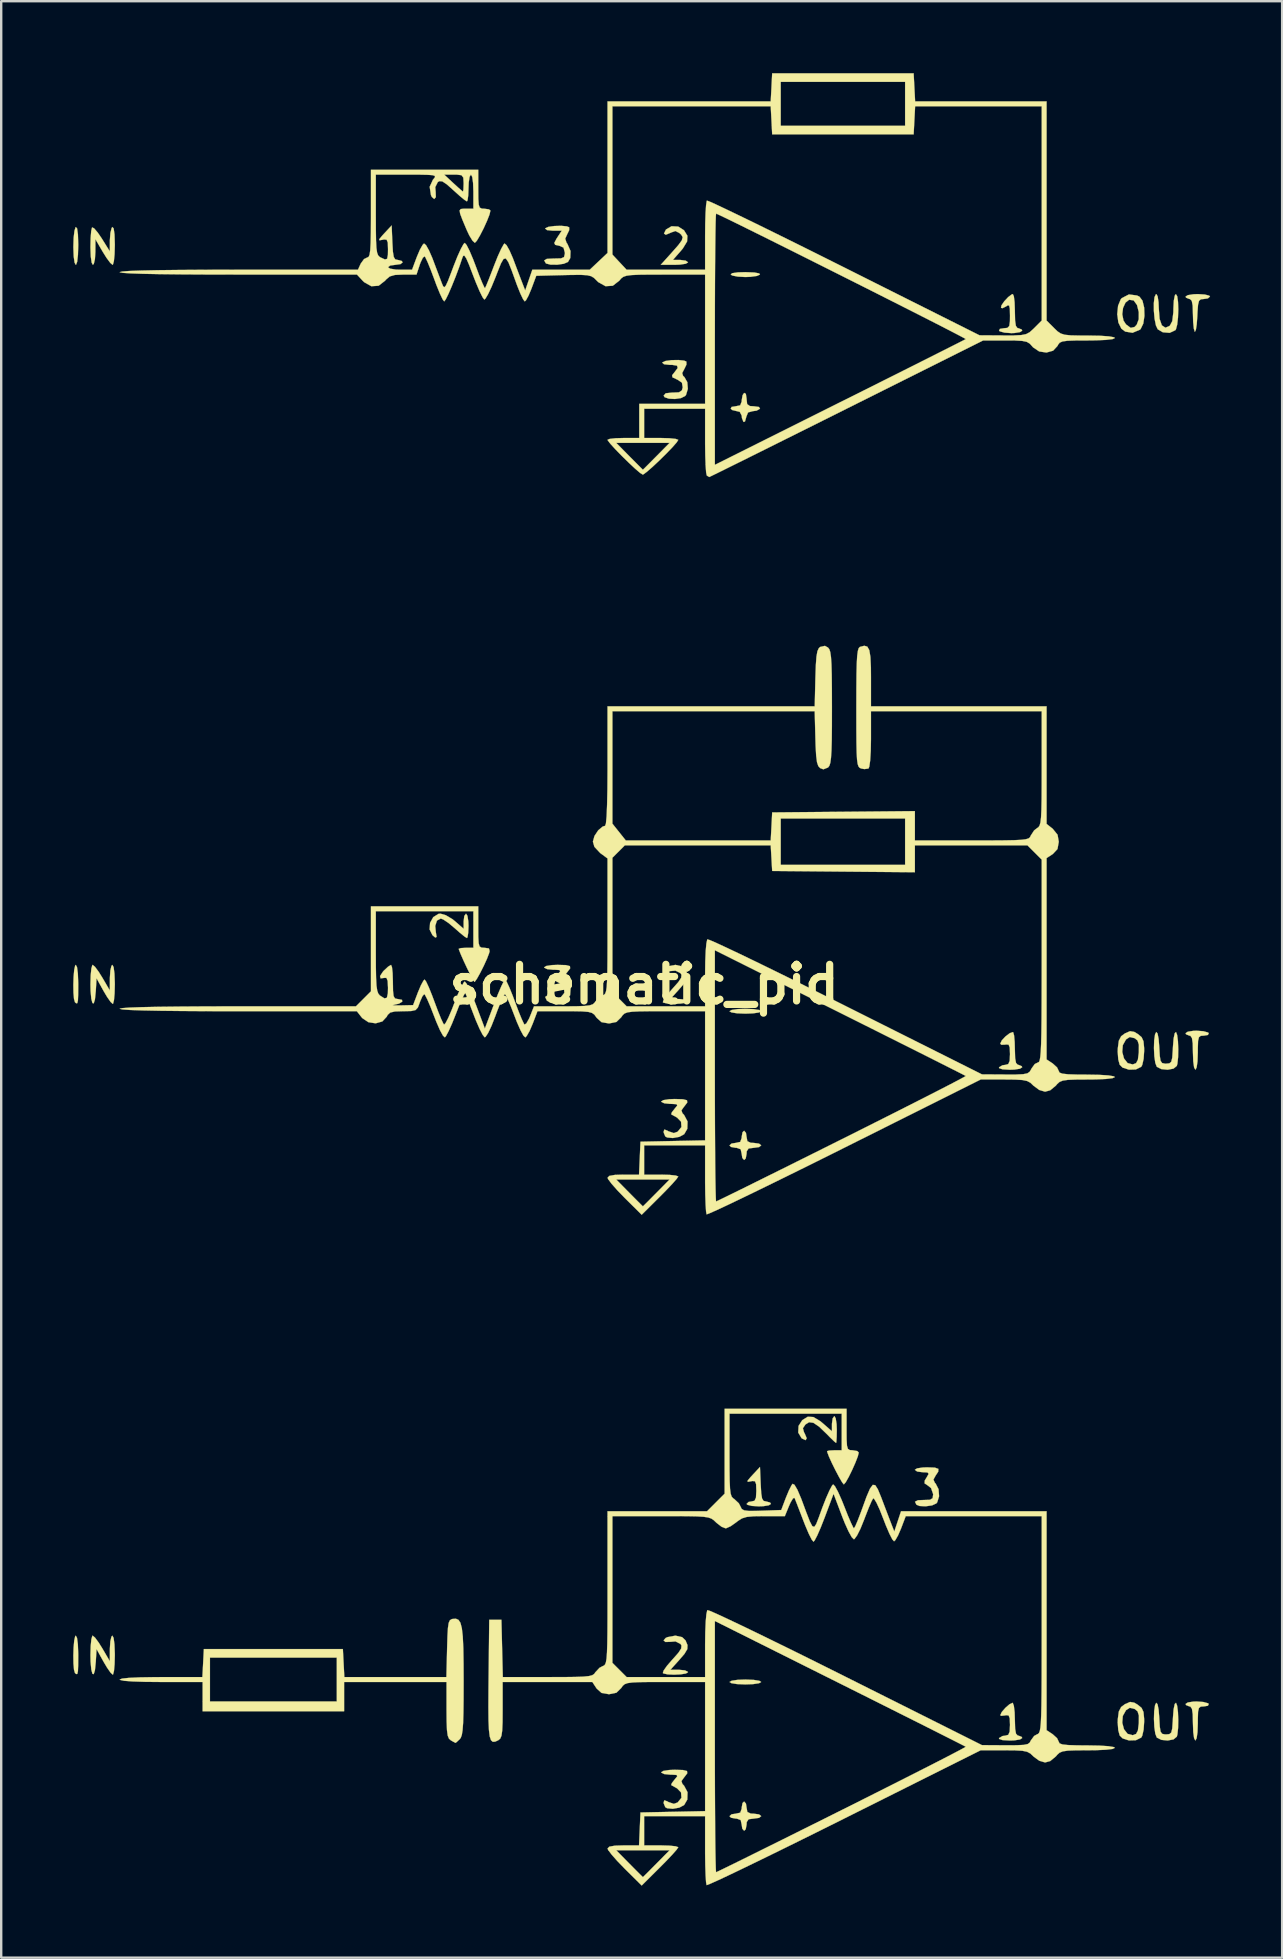
<source format=kicad_pcb>
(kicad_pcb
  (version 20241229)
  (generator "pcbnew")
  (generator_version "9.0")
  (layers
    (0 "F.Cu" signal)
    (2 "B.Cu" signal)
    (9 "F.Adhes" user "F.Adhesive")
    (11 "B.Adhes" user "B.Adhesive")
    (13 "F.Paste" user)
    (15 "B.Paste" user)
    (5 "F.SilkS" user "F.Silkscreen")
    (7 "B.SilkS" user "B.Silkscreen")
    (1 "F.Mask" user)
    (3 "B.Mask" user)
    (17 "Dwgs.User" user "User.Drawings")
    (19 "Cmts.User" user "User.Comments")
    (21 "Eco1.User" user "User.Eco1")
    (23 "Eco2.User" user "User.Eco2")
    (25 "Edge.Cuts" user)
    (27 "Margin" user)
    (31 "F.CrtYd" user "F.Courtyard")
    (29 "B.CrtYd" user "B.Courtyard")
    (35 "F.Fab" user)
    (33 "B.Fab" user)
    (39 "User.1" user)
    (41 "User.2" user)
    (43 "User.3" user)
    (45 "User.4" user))
  (footprint "schematic_pid"
    (layer "F.Cu")
    (at 23.78 37.953)
    (property "Reference" "schematic_pid" (at 0 0 0) (layer "F.SilkS") (effects (font (size 1.524 1.524) (thickness 0.3))))
    (attr through_hole)
    (fp_poly (pts (xy 4.561 1.03) (xy 4.798 1.068) (xy 4.877 1.118) (xy 4.783 1.171) (xy 4.536 1.207) (xy 4.216 1.219) (xy 3.871 1.205) (xy 3.635 1.167) (xy 3.556 1.118) (xy 3.649 1.065) (xy 3.896 1.028) (xy 4.216 1.016) (xy 4.561 1.03)) (stroke (width 0.01) (type solid)) (fill yes) (layer "F.SilkS"))
    (fp_poly (pts (xy 4.561 28.97) (xy 4.798 29.008) (xy 4.877 29.058) (xy 4.783 29.111) (xy 4.536 29.147) (xy 4.216 29.159) (xy 3.871 29.145) (xy 3.635 29.107) (xy 3.556 29.058) (xy 3.649 29.005) (xy 3.896 28.968) (xy 4.216 28.956) (xy 4.561 28.97)) (stroke (width 0.01) (type solid)) (fill yes) (layer "F.SilkS"))
    (fp_poly (pts (xy 4.59 -29.653) (xy 4.795 -29.614) (xy 4.826 -29.566) (xy 4.697 -29.509) (xy 4.433 -29.472) (xy 4.216 -29.464) (xy 3.9 -29.481) (xy 3.674 -29.526) (xy 3.607 -29.566) (xy 3.663 -29.623) (xy 3.902 -29.658) (xy 4.216 -29.667) (xy 4.59 -29.653)) (stroke (width 0.01) (type solid)) (fill yes) (layer "F.SilkS"))
    (fp_poly (pts (xy -23.622 -0.718) (xy -23.587 -0.458) (xy -23.572 -0.073) (xy -23.571 0) (xy -23.574 0.42) (xy -23.584 0.67) (xy -23.61 0.782) (xy -23.656 0.788) (xy -23.707 0.745) (xy -23.747 0.611) (xy -23.77 0.349) (xy -23.775 0.019) (xy -23.764 -0.32) (xy -23.738 -0.608) (xy -23.699 -0.784) (xy -23.673 -0.813) (xy -23.622 -0.718)) (stroke (width 0.01) (type solid)) (fill yes) (layer "F.SilkS"))
    (fp_poly (pts (xy -23.622 27.222) (xy -23.587 27.482) (xy -23.572 27.867) (xy -23.571 27.94) (xy -23.574 28.36) (xy -23.584 28.61) (xy -23.61 28.722) (xy -23.656 28.728) (xy -23.707 28.685) (xy -23.747 28.551) (xy -23.77 28.289) (xy -23.775 27.959) (xy -23.764 27.62) (xy -23.738 27.332) (xy -23.699 27.156) (xy -23.673 27.127) (xy -23.622 27.222)) (stroke (width 0.01) (type solid)) (fill yes) (layer "F.SilkS"))
    (fp_poly (pts (xy -23.619 -31.487) (xy -23.584 -31.24) (xy -23.571 -30.821) (xy -23.571 -30.791) (xy -23.583 -30.386) (xy -23.615 -30.101) (xy -23.663 -29.975) (xy -23.673 -29.972) (xy -23.724 -30.066) (xy -23.76 -30.322) (xy -23.774 -30.697) (xy -23.774 -30.728) (xy -23.762 -31.102) (xy -23.728 -31.391) (xy -23.68 -31.54) (xy -23.673 -31.547) (xy -23.619 -31.487)) (stroke (width 0.01) (type solid)) (fill yes) (layer "F.SilkS"))
    (fp_poly (pts (xy 23.353 -28.735) (xy 23.537 -28.688) (xy 23.571 -28.651) (xy 23.484 -28.574) (xy 23.322 -28.55) (xy 23.191 -28.537) (xy 23.114 -28.472) (xy 23.073 -28.309) (xy 23.05 -28.004) (xy 23.042 -27.829) (xy 23.018 -27.49) (xy 22.982 -27.259) (xy 22.941 -27.182) (xy 22.936 -27.186) (xy 22.896 -27.321) (xy 22.869 -27.596) (xy 22.86 -27.906) (xy 22.849 -28.271) (xy 22.811 -28.472) (xy 22.737 -28.546) (xy 22.708 -28.55) (xy 22.572 -28.604) (xy 22.555 -28.651) (xy 22.647 -28.709) (xy 22.88 -28.746) (xy 23.063 -28.753) (xy 23.353 -28.735)) (stroke (width 0.01) (type solid)) (fill yes) (layer "F.SilkS"))
    (fp_poly (pts (xy 23.294 1.951) (xy 23.486 2.004) (xy 23.52 2.032) (xy 23.484 2.107) (xy 23.323 2.134) (xy 23.187 2.143) (xy 23.11 2.202) (xy 23.074 2.354) (xy 23.064 2.644) (xy 23.063 2.845) (xy 23.05 3.21) (xy 23.014 3.462) (xy 22.962 3.556) (xy 22.962 3.556) (xy 22.909 3.462) (xy 22.873 3.21) (xy 22.86 2.845) (xy 22.86 2.845) (xy 22.851 2.458) (xy 22.819 2.237) (xy 22.755 2.144) (xy 22.708 2.134) (xy 22.572 2.079) (xy 22.555 2.032) (xy 22.646 1.971) (xy 22.875 1.935) (xy 23.006 1.93) (xy 23.294 1.951)) (stroke (width 0.01) (type solid)) (fill yes) (layer "F.SilkS"))
    (fp_poly (pts (xy 23.294 29.891) (xy 23.486 29.944) (xy 23.52 29.972) (xy 23.484 30.047) (xy 23.323 30.074) (xy 23.187 30.083) (xy 23.11 30.142) (xy 23.074 30.294) (xy 23.064 30.584) (xy 23.063 30.785) (xy 23.05 31.15) (xy 23.014 31.402) (xy 22.962 31.496) (xy 22.962 31.496) (xy 22.909 31.402) (xy 22.873 31.15) (xy 22.86 30.785) (xy 22.86 30.785) (xy 22.851 30.398) (xy 22.819 30.177) (xy 22.755 30.084) (xy 22.708 30.074) (xy 22.572 30.019) (xy 22.555 29.972) (xy 22.646 29.911) (xy 22.875 29.875) (xy 23.006 29.87) (xy 23.294 29.891)) (stroke (width 0.01) (type solid)) (fill yes) (layer "F.SilkS"))
    (fp_poly (pts (xy 1.421 -31.565) (xy 1.661 -31.412) (xy 1.803 -31.182) (xy 1.79 -30.944) (xy 1.615 -30.656) (xy 1.513 -30.534) (xy 1.198 -30.175) (xy 1.513 -30.175) (xy 1.732 -30.147) (xy 1.829 -30.078) (xy 1.829 -30.074) (xy 1.737 -30.018) (xy 1.499 -29.981) (xy 1.261 -29.972) (xy 0.692 -29.972) (xy 1.159 -30.491) (xy 1.426 -30.795) (xy 1.57 -30.992) (xy 1.605 -31.122) (xy 1.547 -31.226) (xy 1.465 -31.3) (xy 1.299 -31.381) (xy 1.11 -31.312) (xy 1.099 -31.305) (xy 0.903 -31.224) (xy 0.827 -31.275) (xy 0.904 -31.432) (xy 0.912 -31.443) (xy 1.142 -31.579) (xy 1.421 -31.565)) (stroke (width 0.01) (type solid)) (fill yes) (layer "F.SilkS"))
    (fp_poly (pts (xy 4.238 -24.598) (xy 4.267 -24.401) (xy 4.267 -24.39) (xy 4.291 -24.171) (xy 4.405 -24.09) (xy 4.578 -24.079) (xy 4.781 -24.052) (xy 4.828 -23.981) (xy 4.826 -23.978) (xy 4.686 -23.898) (xy 4.522 -23.876) (xy 4.329 -23.823) (xy 4.251 -23.63) (xy 4.249 -23.612) (xy 4.201 -23.445) (xy 4.14 -23.426) (xy 4.075 -23.585) (xy 4.064 -23.69) (xy 3.984 -23.847) (xy 3.867 -23.876) (xy 3.672 -23.923) (xy 3.607 -23.978) (xy 3.643 -24.053) (xy 3.804 -24.079) (xy 4.001 -24.119) (xy 4.063 -24.277) (xy 4.064 -24.327) (xy 4.101 -24.542) (xy 4.166 -24.638) (xy 4.238 -24.598)) (stroke (width 0.01) (type solid)) (fill yes) (layer "F.SilkS"))
    (fp_poly (pts (xy 4.856 20.821) (xy 4.878 21.198) (xy 4.913 21.415) (xy 4.976 21.515) (xy 5.08 21.539) (xy 5.084 21.539) (xy 5.247 21.583) (xy 5.283 21.641) (xy 5.192 21.699) (xy 4.958 21.736) (xy 4.775 21.742) (xy 4.485 21.724) (xy 4.301 21.677) (xy 4.267 21.641) (xy 4.352 21.558) (xy 4.47 21.539) (xy 4.598 21.509) (xy 4.658 21.382) (xy 4.674 21.108) (xy 4.674 21.092) (xy 4.664 20.817) (xy 4.618 20.697) (xy 4.507 20.686) (xy 4.445 20.7) (xy 4.316 20.721) (xy 4.309 20.674) (xy 4.43 20.527) (xy 4.521 20.429) (xy 4.826 20.102) (xy 4.856 20.821)) (stroke (width 0.01) (type solid)) (fill yes) (layer "F.SilkS"))
    (fp_poly (pts (xy 4.242 6.183) (xy 4.267 6.35) (xy 4.3 6.532) (xy 4.439 6.598) (xy 4.572 6.604) (xy 4.786 6.633) (xy 4.877 6.704) (xy 4.877 6.706) (xy 4.789 6.777) (xy 4.576 6.807) (xy 4.572 6.807) (xy 4.354 6.835) (xy 4.274 6.951) (xy 4.267 7.061) (xy 4.232 7.252) (xy 4.166 7.315) (xy 4.089 7.228) (xy 4.064 7.061) (xy 4.022 6.868) (xy 3.857 6.808) (xy 3.81 6.807) (xy 3.619 6.772) (xy 3.556 6.706) (xy 3.643 6.629) (xy 3.81 6.604) (xy 4.003 6.562) (xy 4.063 6.397) (xy 4.064 6.35) (xy 4.099 6.159) (xy 4.166 6.096) (xy 4.242 6.183)) (stroke (width 0.01) (type solid)) (fill yes) (layer "F.SilkS"))
    (fp_poly (pts (xy 4.242 34.123) (xy 4.267 34.29) (xy 4.3 34.472) (xy 4.439 34.538) (xy 4.572 34.544) (xy 4.786 34.573) (xy 4.877 34.644) (xy 4.877 34.646) (xy 4.789 34.717) (xy 4.576 34.747) (xy 4.572 34.747) (xy 4.354 34.775) (xy 4.274 34.891) (xy 4.267 35.001) (xy 4.232 35.192) (xy 4.166 35.255) (xy 4.089 35.168) (xy 4.064 35.001) (xy 4.022 34.808) (xy 3.857 34.748) (xy 3.81 34.747) (xy 3.619 34.712) (xy 3.556 34.646) (xy 3.643 34.569) (xy 3.81 34.544) (xy 4.003 34.502) (xy 4.063 34.337) (xy 4.064 34.29) (xy 4.099 34.099) (xy 4.166 34.036) (xy 4.242 34.123)) (stroke (width 0.01) (type solid)) (fill yes) (layer "F.SilkS"))
    (fp_poly (pts (xy 22.206 -28.662) (xy 22.239 -28.429) (xy 22.25 -28.115) (xy 22.238 -27.78) (xy 22.205 -27.483) (xy 22.152 -27.284) (xy 22.128 -27.249) (xy 21.892 -27.139) (xy 21.606 -27.162) (xy 21.394 -27.287) (xy 21.317 -27.451) (xy 21.262 -27.726) (xy 21.233 -28.054) (xy 21.231 -28.374) (xy 21.259 -28.625) (xy 21.319 -28.749) (xy 21.336 -28.753) (xy 21.39 -28.66) (xy 21.427 -28.42) (xy 21.438 -28.156) (xy 21.471 -27.721) (xy 21.566 -27.45) (xy 21.715 -27.353) (xy 21.895 -27.432) (xy 21.999 -27.626) (xy 22.044 -27.996) (xy 22.047 -28.156) (xy 22.063 -28.475) (xy 22.104 -28.691) (xy 22.149 -28.753) (xy 22.206 -28.662)) (stroke (width 0.01) (type solid)) (fill yes) (layer "F.SilkS"))
    (fp_poly (pts (xy -22.098 -0.718) (xy -22.063 -0.458) (xy -22.048 -0.073) (xy -22.047 0) (xy -22.057 0.377) (xy -22.083 0.662) (xy -22.121 0.805) (xy -22.133 0.813) (xy -22.223 0.731) (xy -22.372 0.518) (xy -22.514 0.279) (xy -22.809 -0.254) (xy -22.84 0.279) (xy -22.876 0.63) (xy -22.926 0.791) (xy -22.98 0.777) (xy -23.027 0.599) (xy -23.057 0.27) (xy -23.063 0) (xy -23.052 -0.377) (xy -23.024 -0.662) (xy -22.983 -0.805) (xy -22.97 -0.813) (xy -22.873 -0.732) (xy -22.717 -0.521) (xy -22.566 -0.279) (xy -22.255 0.254) (xy -22.253 -0.279) (xy -22.234 -0.577) (xy -22.188 -0.771) (xy -22.149 -0.813) (xy -22.098 -0.718)) (stroke (width 0.01) (type solid)) (fill yes) (layer "F.SilkS"))
    (fp_poly (pts (xy -22.098 27.222) (xy -22.063 27.482) (xy -22.048 27.867) (xy -22.047 27.94) (xy -22.057 28.317) (xy -22.083 28.602) (xy -22.121 28.745) (xy -22.133 28.753) (xy -22.223 28.671) (xy -22.372 28.458) (xy -22.514 28.219) (xy -22.809 27.686) (xy -22.84 28.219) (xy -22.876 28.57) (xy -22.926 28.731) (xy -22.98 28.717) (xy -23.027 28.539) (xy -23.057 28.21) (xy -23.063 27.94) (xy -23.052 27.563) (xy -23.024 27.278) (xy -22.983 27.135) (xy -22.97 27.127) (xy -22.873 27.208) (xy -22.717 27.419) (xy -22.566 27.661) (xy -22.255 28.194) (xy -22.253 27.661) (xy -22.234 27.363) (xy -22.188 27.169) (xy -22.149 27.127) (xy -22.098 27.222)) (stroke (width 0.01) (type solid)) (fill yes) (layer "F.SilkS"))
    (fp_poly (pts (xy -7.359 -2.855) (xy -7.322 -2.621) (xy -7.315 -2.438) (xy -7.327 -2.149) (xy -7.357 -1.965) (xy -7.38 -1.93) (xy -7.484 -1.994) (xy -7.686 -2.159) (xy -7.886 -2.337) (xy -8.147 -2.556) (xy -8.367 -2.704) (xy -8.47 -2.743) (xy -8.63 -2.657) (xy -8.701 -2.434) (xy -8.676 -2.176) (xy -8.643 -1.975) (xy -8.7 -1.95) (xy -8.819 -2.052) (xy -8.936 -2.289) (xy -8.916 -2.562) (xy -8.784 -2.801) (xy -8.567 -2.937) (xy -8.484 -2.946) (xy -8.259 -2.881) (xy -7.984 -2.717) (xy -7.878 -2.631) (xy -7.518 -2.316) (xy -7.518 -2.631) (xy -7.49 -2.85) (xy -7.421 -2.946) (xy -7.417 -2.946) (xy -7.359 -2.855)) (stroke (width 0.01) (type solid)) (fill yes) (layer "F.SilkS"))
    (fp_poly (pts (xy -22.095 -31.487) (xy -22.06 -31.24) (xy -22.047 -30.821) (xy -22.047 -30.791) (xy -22.058 -30.412) (xy -22.086 -30.126) (xy -22.127 -29.981) (xy -22.14 -29.972) (xy -22.237 -30.053) (xy -22.394 -30.264) (xy -22.545 -30.505) (xy -22.856 -31.039) (xy -22.858 -30.505) (xy -22.876 -30.207) (xy -22.922 -30.014) (xy -22.962 -29.972) (xy -23.013 -30.066) (xy -23.049 -30.321) (xy -23.063 -30.693) (xy -23.063 -30.717) (xy -23.054 -31.089) (xy -23.031 -31.378) (xy -22.997 -31.527) (xy -22.993 -31.532) (xy -22.908 -31.491) (xy -22.756 -31.313) (xy -22.589 -31.067) (xy -22.255 -30.531) (xy -22.253 -31.007) (xy -22.231 -31.303) (xy -22.18 -31.505) (xy -22.149 -31.547) (xy -22.095 -31.487)) (stroke (width 0.01) (type solid)) (fill yes) (layer "F.SilkS"))
    (fp_poly (pts (xy 1.584 -0.749) (xy 1.724 -0.616) (xy 1.807 -0.42) (xy 1.799 -0.251) (xy 1.68 -0.052) (xy 1.461 0.203) (xy 1.094 0.61) (xy 1.461 0.61) (xy 1.701 0.634) (xy 1.824 0.695) (xy 1.829 0.711) (xy 1.74 0.765) (xy 1.52 0.8) (xy 1.243 0.813) (xy 0.98 0.801) (xy 0.804 0.762) (xy 0.78 0.746) (xy 0.81 0.645) (xy 0.952 0.443) (xy 1.176 0.184) (xy 1.178 0.183) (xy 1.425 -0.096) (xy 1.544 -0.277) (xy 1.556 -0.399) (xy 1.516 -0.466) (xy 1.307 -0.572) (xy 1.101 -0.555) (xy 0.888 -0.548) (xy 0.811 -0.615) (xy 0.896 -0.715) (xy 0.974 -0.751) (xy 1.305 -0.813) (xy 1.584 -0.749)) (stroke (width 0.01) (type solid)) (fill yes) (layer "F.SilkS"))
    (fp_poly (pts (xy 1.584 27.191) (xy 1.724 27.324) (xy 1.807 27.52) (xy 1.799 27.689) (xy 1.68 27.888) (xy 1.461 28.143) (xy 1.094 28.55) (xy 1.461 28.55) (xy 1.701 28.574) (xy 1.824 28.635) (xy 1.829 28.651) (xy 1.74 28.705) (xy 1.52 28.74) (xy 1.243 28.753) (xy 0.98 28.741) (xy 0.804 28.702) (xy 0.78 28.686) (xy 0.81 28.585) (xy 0.952 28.383) (xy 1.176 28.124) (xy 1.178 28.123) (xy 1.425 27.844) (xy 1.544 27.663) (xy 1.556 27.541) (xy 1.516 27.474) (xy 1.307 27.368) (xy 1.101 27.385) (xy 0.888 27.392) (xy 0.811 27.325) (xy 0.896 27.225) (xy 0.974 27.189) (xy 1.305 27.127) (xy 1.584 27.191)) (stroke (width 0.01) (type solid)) (fill yes) (layer "F.SilkS"))
    (fp_poly (pts (xy 7.98 18.075) (xy 8.017 18.312) (xy 8.026 18.542) (xy 8.021 18.848) (xy 8.008 19.051) (xy 7.996 19.101) (xy 7.914 19.034) (xy 7.739 18.865) (xy 7.615 18.737) (xy 7.289 18.423) (xy 7.051 18.262) (xy 6.87 18.238) (xy 6.721 18.331) (xy 6.614 18.487) (xy 6.66 18.656) (xy 6.689 18.706) (xy 6.773 18.905) (xy 6.727 18.985) (xy 6.573 18.914) (xy 6.556 18.9) (xy 6.419 18.67) (xy 6.433 18.391) (xy 6.587 18.151) (xy 6.817 18.009) (xy 7.054 18.022) (xy 7.343 18.197) (xy 7.464 18.299) (xy 7.823 18.614) (xy 7.823 18.299) (xy 7.852 18.08) (xy 7.921 17.983) (xy 7.925 17.983) (xy 7.98 18.075)) (stroke (width 0.01) (type solid)) (fill yes) (layer "F.SilkS"))
    (fp_poly (pts (xy 15.357 29.931) (xy 15.401 30.052) (xy 15.433 30.318) (xy 15.443 30.638) (xy 15.454 31.007) (xy 15.49 31.211) (xy 15.563 31.288) (xy 15.596 31.293) (xy 15.731 31.348) (xy 15.748 31.394) (xy 15.657 31.452) (xy 15.423 31.489) (xy 15.234 31.496) (xy 14.928 31.478) (xy 14.785 31.429) (xy 14.783 31.394) (xy 14.926 31.309) (xy 15.043 31.293) (xy 15.167 31.26) (xy 15.226 31.128) (xy 15.24 30.845) (xy 15.24 30.845) (xy 15.229 30.57) (xy 15.182 30.451) (xy 15.074 30.442) (xy 15.037 30.451) (xy 14.874 30.468) (xy 14.834 30.442) (xy 14.897 30.308) (xy 15.046 30.136) (xy 15.216 29.988) (xy 15.342 29.927) (xy 15.357 29.931)) (stroke (width 0.01) (type solid)) (fill yes) (layer "F.SilkS"))
    (fp_poly (pts (xy 15.375 1.997) (xy 15.41 2.128) (xy 15.435 2.399) (xy 15.443 2.709) (xy 15.454 3.074) (xy 15.492 3.275) (xy 15.566 3.349) (xy 15.596 3.353) (xy 15.731 3.408) (xy 15.748 3.454) (xy 15.657 3.512) (xy 15.423 3.549) (xy 15.234 3.556) (xy 14.928 3.538) (xy 14.785 3.489) (xy 14.783 3.454) (xy 14.926 3.369) (xy 15.043 3.353) (xy 15.167 3.32) (xy 15.226 3.188) (xy 15.24 2.905) (xy 15.24 2.905) (xy 15.229 2.63) (xy 15.182 2.511) (xy 15.074 2.502) (xy 15.037 2.511) (xy 14.875 2.515) (xy 14.834 2.468) (xy 14.899 2.332) (xy 15.052 2.169) (xy 15.226 2.035) (xy 15.356 1.988) (xy 15.375 1.997)) (stroke (width 0.01) (type solid)) (fill yes) (layer "F.SilkS"))
    (fp_poly (pts (xy 22.203 2.11) (xy 22.236 2.372) (xy 22.249 2.703) (xy 22.242 3.036) (xy 22.213 3.305) (xy 22.189 3.395) (xy 22.051 3.509) (xy 21.807 3.555) (xy 21.545 3.529) (xy 21.356 3.434) (xy 21.293 3.275) (xy 21.252 2.993) (xy 21.236 2.654) (xy 21.246 2.328) (xy 21.282 2.08) (xy 21.331 1.984) (xy 21.386 2.044) (xy 21.431 2.272) (xy 21.458 2.613) (xy 21.479 2.978) (xy 21.512 3.184) (xy 21.578 3.277) (xy 21.693 3.301) (xy 21.742 3.302) (xy 21.877 3.29) (xy 21.956 3.223) (xy 21.998 3.057) (xy 22.02 2.746) (xy 22.027 2.613) (xy 22.055 2.258) (xy 22.101 2.037) (xy 22.154 1.984) (xy 22.203 2.11)) (stroke (width 0.01) (type solid)) (fill yes) (layer "F.SilkS"))
    (fp_poly (pts (xy 22.203 30.05) (xy 22.236 30.312) (xy 22.249 30.643) (xy 22.242 30.976) (xy 22.213 31.245) (xy 22.189 31.335) (xy 22.051 31.449) (xy 21.807 31.495) (xy 21.545 31.469) (xy 21.356 31.374) (xy 21.293 31.215) (xy 21.252 30.933) (xy 21.236 30.594) (xy 21.246 30.268) (xy 21.282 30.02) (xy 21.331 29.924) (xy 21.386 29.984) (xy 21.431 30.212) (xy 21.458 30.553) (xy 21.479 30.918) (xy 21.512 31.124) (xy 21.578 31.217) (xy 21.693 31.241) (xy 21.742 31.242) (xy 21.877 31.23) (xy 21.956 31.163) (xy 21.998 30.997) (xy 22.02 30.686) (xy 22.027 30.553) (xy 22.055 30.198) (xy 22.101 29.977) (xy 22.154 29.924) (xy 22.203 30.05)) (stroke (width 0.01) (type solid)) (fill yes) (layer "F.SilkS"))
    (fp_poly (pts (xy 15.401 -28.66) (xy 15.431 -28.415) (xy 15.443 -28.07) (xy 15.443 -28.042) (xy 15.452 -27.655) (xy 15.484 -27.434) (xy 15.548 -27.341) (xy 15.596 -27.33) (xy 15.731 -27.276) (xy 15.748 -27.229) (xy 15.657 -27.168) (xy 15.428 -27.132) (xy 15.297 -27.127) (xy 15.01 -27.148) (xy 14.817 -27.201) (xy 14.783 -27.229) (xy 14.819 -27.304) (xy 14.98 -27.33) (xy 15.133 -27.346) (xy 15.21 -27.425) (xy 15.237 -27.621) (xy 15.24 -27.851) (xy 15.233 -28.149) (xy 15.202 -28.28) (xy 15.133 -28.278) (xy 15.085 -28.243) (xy 14.93 -28.166) (xy 14.865 -28.18) (xy 14.884 -28.284) (xy 15.002 -28.455) (xy 15.164 -28.628) (xy 15.313 -28.74) (xy 15.359 -28.753) (xy 15.401 -28.66)) (stroke (width 0.01) (type solid)) (fill yes) (layer "F.SilkS"))
    (fp_poly (pts (xy 20.529 -28.695) (xy 20.631 -28.648) (xy 20.759 -28.479) (xy 20.829 -28.187) (xy 20.84 -27.844) (xy 20.792 -27.524) (xy 20.682 -27.298) (xy 20.65 -27.269) (xy 20.344 -27.141) (xy 20.04 -27.191) (xy 19.879 -27.313) (xy 19.753 -27.57) (xy 19.708 -27.911) (xy 19.916 -27.911) (xy 19.968 -27.651) (xy 20.073 -27.49) (xy 20.267 -27.347) (xy 20.424 -27.381) (xy 20.517 -27.476) (xy 20.602 -27.703) (xy 20.603 -28.007) (xy 20.53 -28.298) (xy 20.395 -28.485) (xy 20.39 -28.489) (xy 20.203 -28.517) (xy 20.05 -28.396) (xy 19.949 -28.176) (xy 19.916 -27.911) (xy 19.708 -27.911) (xy 19.707 -27.917) (xy 19.742 -28.268) (xy 19.854 -28.538) (xy 19.896 -28.585) (xy 20.194 -28.739) (xy 20.529 -28.695)) (stroke (width 0.01) (type solid)) (fill yes) (layer "F.SilkS"))
    (fp_poly (pts (xy 12.111 20.129) (xy 12.258 20.182) (xy 12.251 20.297) (xy 12.143 20.459) (xy 12.051 20.626) (xy 12.108 20.756) (xy 12.146 20.797) (xy 12.264 21.028) (xy 12.286 21.323) (xy 12.208 21.575) (xy 12.172 21.62) (xy 11.993 21.702) (xy 11.727 21.74) (xy 11.474 21.727) (xy 11.345 21.675) (xy 11.281 21.551) (xy 11.403 21.487) (xy 11.659 21.477) (xy 11.909 21.469) (xy 12.017 21.401) (xy 12.04 21.237) (xy 11.952 20.982) (xy 11.825 20.88) (xy 11.681 20.784) (xy 11.689 20.665) (xy 11.762 20.546) (xy 11.851 20.39) (xy 11.804 20.33) (xy 11.595 20.32) (xy 11.375 20.292) (xy 11.278 20.223) (xy 11.278 20.218) (xy 11.369 20.16) (xy 11.603 20.124) (xy 11.786 20.117) (xy 12.111 20.129)) (stroke (width 0.01) (type solid)) (fill yes) (layer "F.SilkS"))
    (fp_poly (pts (xy -3.215 -31.574) (xy -3.121 -31.535) (xy -3.122 -31.414) (xy -3.199 -31.256) (xy -3.287 -31.063) (xy -3.233 -30.897) (xy -3.194 -30.842) (xy -3.066 -30.549) (xy -3.076 -30.256) (xy -3.17 -30.094) (xy -3.343 -30.017) (xy -3.614 -29.977) (xy -3.891 -29.978) (xy -4.081 -30.026) (xy -4.098 -30.04) (xy -4.162 -30.157) (xy -4.052 -30.22) (xy -3.757 -30.235) (xy -3.734 -30.235) (xy -3.462 -30.241) (xy -3.337 -30.295) (xy -3.303 -30.428) (xy -3.302 -30.48) (xy -3.358 -30.689) (xy -3.531 -30.766) (xy -3.705 -30.804) (xy -3.742 -30.884) (xy -3.65 -31.06) (xy -3.595 -31.144) (xy -3.431 -31.394) (xy -3.804 -31.394) (xy -4.042 -31.418) (xy -4.121 -31.48) (xy -4.115 -31.496) (xy -3.985 -31.555) (xy -3.736 -31.589) (xy -3.452 -31.597) (xy -3.215 -31.574)) (stroke (width 0.01) (type solid)) (fill yes) (layer "F.SilkS"))
    (fp_poly (pts (xy -3.259 -0.803) (xy -3.091 -0.761) (xy -3.081 -0.667) (xy -3.205 -0.504) (xy -3.216 -0.491) (xy -3.329 -0.336) (xy -3.293 -0.21) (xy -3.216 -0.119) (xy -3.064 0.169) (xy -3.084 0.455) (xy -3.253 0.684) (xy -3.545 0.805) (xy -3.652 0.813) (xy -3.903 0.767) (xy -4.051 0.676) (xy -4.121 0.524) (xy -4.041 0.468) (xy -3.853 0.537) (xy -3.849 0.539) (xy -3.628 0.605) (xy -3.479 0.547) (xy -3.323 0.354) (xy -3.339 0.131) (xy -3.505 -0.04) (xy -3.682 -0.138) (xy -3.75 -0.177) (xy -3.722 -0.26) (xy -3.607 -0.406) (xy -3.498 -0.54) (xy -3.522 -0.597) (xy -3.711 -0.609) (xy -3.794 -0.61) (xy -4.035 -0.634) (xy -4.161 -0.695) (xy -4.166 -0.711) (xy -4.074 -0.767) (xy -3.837 -0.804) (xy -3.607 -0.813) (xy -3.259 -0.803)) (stroke (width 0.01) (type solid)) (fill yes) (layer "F.SilkS"))
    (fp_poly (pts (xy 1.666 -25.982) (xy 1.761 -25.942) (xy 1.763 -25.817) (xy 1.681 -25.646) (xy 1.586 -25.465) (xy 1.621 -25.35) (xy 1.68 -25.295) (xy 1.798 -25.086) (xy 1.821 -24.803) (xy 1.745 -24.553) (xy 1.707 -24.506) (xy 1.533 -24.42) (xy 1.283 -24.384) (xy 1.032 -24.397) (xy 0.854 -24.457) (xy 0.813 -24.523) (xy 0.899 -24.622) (xy 1.164 -24.65) (xy 1.194 -24.65) (xy 1.452 -24.661) (xy 1.571 -24.739) (xy 1.607 -24.866) (xy 1.575 -25.064) (xy 1.38 -25.193) (xy 1.365 -25.199) (xy 1.181 -25.285) (xy 1.166 -25.373) (xy 1.257 -25.487) (xy 1.397 -25.673) (xy 1.373 -25.771) (xy 1.17 -25.805) (xy 1.061 -25.806) (xy 0.83 -25.83) (xy 0.756 -25.894) (xy 0.762 -25.908) (xy 0.893 -25.968) (xy 1.143 -26.002) (xy 1.429 -26.007) (xy 1.666 -25.982)) (stroke (width 0.01) (type solid)) (fill yes) (layer "F.SilkS"))
    (fp_poly (pts (xy 20.414 1.978) (xy 20.562 2.066) (xy 20.722 2.198) (xy 20.801 2.369) (xy 20.827 2.649) (xy 20.828 2.776) (xy 20.806 3.103) (xy 20.75 3.354) (xy 20.706 3.434) (xy 20.481 3.544) (xy 20.193 3.552) (xy 19.932 3.468) (xy 19.81 3.349) (xy 19.749 3.124) (xy 19.727 2.816) (xy 19.916 2.816) (xy 19.988 3.085) (xy 20.138 3.278) (xy 20.35 3.334) (xy 20.352 3.334) (xy 20.492 3.281) (xy 20.567 3.14) (xy 20.603 2.854) (xy 20.605 2.826) (xy 20.608 2.515) (xy 20.552 2.339) (xy 20.434 2.242) (xy 20.229 2.193) (xy 20.073 2.293) (xy 19.939 2.532) (xy 19.916 2.816) (xy 19.727 2.816) (xy 19.726 2.8) (xy 19.73 2.667) (xy 19.772 2.349) (xy 19.869 2.16) (xy 20.029 2.041) (xy 20.241 1.949) (xy 20.414 1.978)) (stroke (width 0.01) (type solid)) (fill yes) (layer "F.SilkS"))
    (fp_poly (pts (xy 20.414 29.918) (xy 20.562 30.006) (xy 20.722 30.138) (xy 20.801 30.309) (xy 20.827 30.589) (xy 20.828 30.716) (xy 20.806 31.043) (xy 20.75 31.294) (xy 20.706 31.374) (xy 20.481 31.484) (xy 20.193 31.492) (xy 19.932 31.408) (xy 19.81 31.289) (xy 19.749 31.064) (xy 19.727 30.756) (xy 19.916 30.756) (xy 19.988 31.025) (xy 20.138 31.218) (xy 20.35 31.274) (xy 20.352 31.274) (xy 20.492 31.221) (xy 20.567 31.08) (xy 20.603 30.794) (xy 20.605 30.766) (xy 20.608 30.455) (xy 20.552 30.279) (xy 20.434 30.182) (xy 20.229 30.133) (xy 20.073 30.233) (xy 19.939 30.472) (xy 19.916 30.756) (xy 19.727 30.756) (xy 19.726 30.74) (xy 19.73 30.607) (xy 19.772 30.289) (xy 19.869 30.1) (xy 20.029 29.981) (xy 20.241 29.889) (xy 20.414 29.918)) (stroke (width 0.01) (type solid)) (fill yes) (layer "F.SilkS"))
    (fp_poly (pts (xy 1.618 4.785) (xy 1.786 4.827) (xy 1.797 4.921) (xy 1.674 5.083) (xy 1.665 5.093) (xy 1.555 5.245) (xy 1.595 5.364) (xy 1.665 5.438) (xy 1.808 5.708) (xy 1.799 6.016) (xy 1.669 6.241) (xy 1.466 6.351) (xy 1.196 6.4) (xy 0.958 6.377) (xy 0.881 6.333) (xy 0.817 6.179) (xy 0.813 6.129) (xy 0.844 6.045) (xy 0.972 6.093) (xy 1.016 6.12) (xy 1.239 6.194) (xy 1.397 6.135) (xy 1.554 5.942) (xy 1.538 5.719) (xy 1.372 5.548) (xy 1.195 5.45) (xy 1.127 5.411) (xy 1.155 5.328) (xy 1.269 5.182) (xy 1.379 5.048) (xy 1.355 4.991) (xy 1.166 4.979) (xy 1.083 4.978) (xy 0.841 4.954) (xy 0.716 4.893) (xy 0.711 4.877) (xy 0.803 4.821) (xy 1.04 4.784) (xy 1.27 4.775) (xy 1.618 4.785)) (stroke (width 0.01) (type solid)) (fill yes) (layer "F.SilkS"))
    (fp_poly (pts (xy 1.618 32.725) (xy 1.786 32.767) (xy 1.797 32.861) (xy 1.674 33.023) (xy 1.665 33.033) (xy 1.555 33.185) (xy 1.595 33.304) (xy 1.665 33.378) (xy 1.808 33.648) (xy 1.799 33.956) (xy 1.669 34.181) (xy 1.466 34.291) (xy 1.196 34.34) (xy 0.958 34.317) (xy 0.881 34.273) (xy 0.817 34.119) (xy 0.813 34.069) (xy 0.844 33.985) (xy 0.972 34.033) (xy 1.016 34.06) (xy 1.239 34.134) (xy 1.397 34.075) (xy 1.554 33.882) (xy 1.538 33.659) (xy 1.372 33.488) (xy 1.195 33.39) (xy 1.127 33.351) (xy 1.155 33.268) (xy 1.269 33.122) (xy 1.379 32.988) (xy 1.355 32.931) (xy 1.166 32.919) (xy 1.083 32.918) (xy 0.841 32.894) (xy 0.716 32.833) (xy 0.711 32.817) (xy 0.803 32.761) (xy 1.04 32.724) (xy 1.27 32.715) (xy 1.618 32.725)) (stroke (width 0.01) (type solid)) (fill yes) (layer "F.SilkS"))
    (fp_poly (pts (xy -7.733 26.469) (xy -7.651 26.593) (xy -7.593 26.816) (xy -7.554 27.158) (xy -7.531 27.643) (xy -7.521 28.29) (xy -7.518 29.019) (xy -7.52 29.771) (xy -7.527 30.346) (xy -7.54 30.769) (xy -7.562 31.065) (xy -7.593 31.261) (xy -7.636 31.381) (xy -7.678 31.438) (xy -7.811 31.563) (xy -7.856 31.595) (xy -7.946 31.548) (xy -8.052 31.488) (xy -8.13 31.417) (xy -8.182 31.287) (xy -8.212 31.062) (xy -8.226 30.705) (xy -8.23 30.221) (xy -8.23 29.058) (xy -12.497 29.058) (xy -12.497 30.277) (xy -18.39 30.277) (xy -18.39 29.058) (xy -20.117 29.058) (xy -20.79 29.052) (xy -21.311 29.035) (xy -21.662 29.008) (xy -21.831 28.971) (xy -21.844 28.956) (xy -21.745 28.916) (xy -21.458 28.886) (xy -20.997 28.865) (xy -20.377 28.855) (xy -20.122 28.854) (xy -18.4 28.854) (xy -18.369 28.27) (xy -18.357 28.042) (xy -18.085 28.042) (xy -18.085 29.87) (xy -12.802 29.87) (xy -12.802 28.042) (xy -18.085 28.042) (xy -18.357 28.042) (xy -18.339 27.686) (xy -12.548 27.686) (xy -12.487 28.854) (xy -8.236 28.854) (xy -8.207 27.662) (xy -8.192 27.151) (xy -8.172 26.808) (xy -8.141 26.598) (xy -8.091 26.487) (xy -8.017 26.44) (xy -7.982 26.432) (xy -7.842 26.422) (xy -7.733 26.469)) (stroke (width 0.01) (type solid)) (fill yes) (layer "F.SilkS"))
    (fp_poly (pts (xy 8.433 18.542) (xy 8.435 18.96) (xy 8.45 19.215) (xy 8.489 19.348) (xy 8.565 19.398) (xy 8.687 19.406) (xy 8.878 19.438) (xy 8.941 19.501) (xy 8.901 19.662) (xy 8.8 19.924) (xy 8.664 20.23) (xy 8.521 20.521) (xy 8.397 20.739) (xy 8.32 20.828) (xy 8.319 20.828) (xy 8.249 20.744) (xy 8.124 20.531) (xy 7.971 20.242) (xy 7.818 19.933) (xy 7.694 19.659) (xy 7.626 19.475) (xy 7.62 19.442) (xy 7.708 19.417) (xy 7.922 19.406) (xy 7.925 19.406) (xy 8.23 19.406) (xy 8.23 17.882) (xy 3.556 17.882) (xy 3.556 19.605) (xy 3.558 20.238) (xy 3.564 20.697) (xy 3.579 21.013) (xy 3.606 21.217) (xy 3.648 21.338) (xy 3.708 21.406) (xy 3.752 21.434) (xy 3.945 21.614) (xy 4.014 21.746) (xy 4.065 21.849) (xy 4.165 21.908) (xy 4.358 21.932) (xy 4.69 21.931) (xy 4.895 21.924) (xy 5.711 21.895) (xy 5.9 21.395) (xy 6.025 21.093) (xy 6.136 20.87) (xy 6.182 20.803) (xy 6.263 20.842) (xy 6.386 21.052) (xy 6.538 21.409) (xy 6.556 21.455) (xy 6.758 21.999) (xy 6.901 22.366) (xy 7.003 22.563) (xy 7.085 22.598) (xy 7.167 22.481) (xy 7.27 22.218) (xy 7.414 21.82) (xy 7.417 21.811) (xy 7.576 21.405) (xy 7.72 21.078) (xy 7.829 20.874) (xy 7.874 20.827) (xy 7.951 20.906) (xy 8.077 21.137) (xy 8.23 21.479) (xy 8.331 21.731) (xy 8.487 22.125) (xy 8.62 22.435) (xy 8.711 22.622) (xy 8.739 22.657) (xy 8.795 22.568) (xy 8.897 22.331) (xy 9.027 21.992) (xy 9.078 21.852) (xy 9.266 21.335) (xy 9.409 21.003) (xy 9.523 20.847) (xy 9.627 20.859) (xy 9.736 21.03) (xy 9.869 21.351) (xy 9.905 21.447) (xy 10.058 21.85) (xy 10.198 22.217) (xy 10.297 22.475) (xy 10.305 22.495) (xy 10.421 22.791) (xy 10.701 21.946) (xy 16.764 21.946) (xy 16.764 31.066) (xy 17.018 31.233) (xy 17.201 31.399) (xy 17.272 31.549) (xy 17.305 31.615) (xy 17.424 31.659) (xy 17.661 31.685) (xy 18.047 31.697) (xy 18.44 31.699) (xy 18.96 31.708) (xy 19.343 31.732) (xy 19.564 31.769) (xy 19.609 31.801) (xy 19.512 31.847) (xy 19.237 31.88) (xy 18.811 31.899) (xy 18.48 31.902) (xy 17.986 31.905) (xy 17.653 31.917) (xy 17.439 31.948) (xy 17.303 32.004) (xy 17.203 32.094) (xy 17.152 32.156) (xy 16.915 32.352) (xy 16.701 32.41) (xy 16.459 32.338) (xy 16.22 32.163) (xy 16.214 32.156) (xy 16.09 32.038) (xy 15.952 31.964) (xy 15.753 31.923) (xy 15.444 31.906) (xy 14.999 31.902) (xy 14.02 31.902) (xy 8.342 34.742) (xy 7.344 35.24) (xy 6.399 35.708) (xy 5.524 36.139) (xy 4.734 36.525) (xy 4.045 36.859) (xy 3.472 37.133) (xy 3.031 37.339) (xy 2.737 37.47) (xy 2.607 37.519) (xy 2.602 37.519) (xy 2.58 37.4) (xy 2.561 37.116) (xy 2.547 36.707) (xy 2.54 36.211) (xy 2.54 36.051) (xy 2.54 34.646) (xy 0 34.646) (xy 0 35.865) (xy 0.711 35.865) (xy 1.062 35.875) (xy 1.316 35.902) (xy 1.422 35.94) (xy 1.422 35.944) (xy 1.355 36.043) (xy 1.171 36.252) (xy 0.902 36.535) (xy 0.66 36.779) (xy -0.101 37.536) (xy -0.813 36.83) (xy -1.116 36.517) (xy -1.355 36.246) (xy -1.488 36.068) (xy -1.161 36.068) (xy -0.61 36.627) (xy -0.348 36.891) (xy -0.152 37.087) (xy -0.055 37.182) (xy -0.051 37.186) (xy 0.018 37.119) (xy 0.195 36.943) (xy 0.444 36.691) (xy 0.508 36.627) (xy 1.06 36.068) (xy -1.161 36.068) (xy -1.488 36.068) (xy -1.498 36.056) (xy -1.524 35.995) (xy -1.45 35.917) (xy -1.213 35.875) (xy -0.868 35.865) (xy -0.212 35.865) (xy -0.182 35.179) (xy -0.152 34.493) (xy 2.54 34.437) (xy 2.54 31.75) (xy 2.946 31.75) (xy 2.947 32.76) (xy 2.95 33.705) (xy 2.955 34.568) (xy 2.96 35.328) (xy 2.967 35.968) (xy 2.976 36.467) (xy 2.985 36.808) (xy 2.994 36.971) (xy 2.998 36.982) (xy 3.095 36.938) (xy 3.358 36.811) (xy 3.771 36.609) (xy 4.316 36.34) (xy 4.977 36.012) (xy 5.739 35.634) (xy 6.584 35.213) (xy 7.497 34.758) (xy 8.241 34.386) (xy 9.193 33.909) (xy 10.087 33.459) (xy 10.907 33.045) (xy 11.638 32.674) (xy 12.264 32.355) (xy 12.768 32.095) (xy 13.134 31.903) (xy 13.347 31.788) (xy 13.397 31.755) (xy 13.302 31.705) (xy 13.041 31.572) (xy 12.631 31.365) (xy 12.088 31.091) (xy 11.428 30.759) (xy 10.667 30.378) (xy 9.822 29.954) (xy 8.909 29.497) (xy 8.153 29.119) (xy 2.946 26.517) (xy 2.946 31.75) (xy 2.54 31.75) (xy 2.54 29.058) (xy 0.875 29.058) (xy 0.259 29.058) (xy -0.186 29.064) (xy -0.491 29.078) (xy -0.689 29.105) (xy -0.811 29.15) (xy -0.889 29.217) (xy -0.955 29.311) (xy -0.956 29.312) (xy -1.154 29.505) (xy -1.444 29.565) (xy -1.473 29.566) (xy -1.774 29.514) (xy -1.976 29.332) (xy -1.991 29.312) (xy -2.157 29.058) (xy -5.893 29.058) (xy -5.893 30.222) (xy -5.896 30.733) (xy -5.911 31.078) (xy -5.941 31.293) (xy -5.993 31.416) (xy -6.072 31.483) (xy -6.076 31.485) (xy -6.204 31.543) (xy -6.304 31.549) (xy -6.378 31.484) (xy -6.431 31.326) (xy -6.464 31.057) (xy -6.482 30.654) (xy -6.487 30.099) (xy -6.483 29.371) (xy -6.479 28.949) (xy -6.452 26.467) (xy -5.944 26.467) (xy -5.886 28.854) (xy -4.014 28.854) (xy -3.351 28.853) (xy -2.863 28.847) (xy -2.521 28.834) (xy -2.295 28.811) (xy -2.158 28.774) (xy -2.08 28.722) (xy -2.036 28.658) (xy -1.858 28.466) (xy -1.727 28.397) (xy -1.671 28.373) (xy -1.626 28.325) (xy -1.591 28.233) (xy -1.565 28.075) (xy -1.547 27.83) (xy -1.535 27.476) (xy -1.528 26.992) (xy -1.525 26.357) (xy -1.524 25.549) (xy -1.524 25.139) (xy -1.524 22.149) (xy -1.321 22.149) (xy -1.321 28.26) (xy -1.024 28.557) (xy -0.727 28.854) (xy 2.54 28.854) (xy 2.54 27.489) (xy 2.547 26.982) (xy 2.565 26.551) (xy 2.593 26.235) (xy 2.628 26.075) (xy 2.636 26.064) (xy 2.742 26.097) (xy 3.013 26.215) (xy 3.434 26.41) (xy 3.989 26.673) (xy 4.663 26.998) (xy 5.439 27.377) (xy 6.303 27.801) (xy 7.238 28.265) (xy 8.229 28.759) (xy 8.402 28.846) (xy 14.072 31.688) (xy 15.055 31.694) (xy 15.513 31.692) (xy 15.808 31.678) (xy 15.978 31.643) (xy 16.065 31.579) (xy 16.102 31.501) (xy 16.245 31.306) (xy 16.363 31.24) (xy 16.41 31.219) (xy 16.449 31.177) (xy 16.481 31.096) (xy 16.506 30.958) (xy 16.525 30.746) (xy 16.539 30.441) (xy 16.549 30.025) (xy 16.555 29.482) (xy 16.559 28.792) (xy 16.56 27.939) (xy 16.561 26.904) (xy 16.561 26.663) (xy 16.561 22.149) (xy 10.898 22.149) (xy 10.702 22.665) (xy 10.577 22.954) (xy 10.465 23.149) (xy 10.411 23.198) (xy 10.338 23.117) (xy 10.218 22.883) (xy 10.07 22.538) (xy 9.967 22.272) (xy 9.814 21.883) (xy 9.678 21.589) (xy 9.578 21.426) (xy 9.54 21.408) (xy 9.471 21.535) (xy 9.355 21.804) (xy 9.214 22.164) (xy 9.162 22.301) (xy 9.013 22.67) (xy 8.872 22.951) (xy 8.763 23.101) (xy 8.735 23.114) (xy 8.647 23.025) (xy 8.514 22.785) (xy 8.356 22.434) (xy 8.249 22.165) (xy 7.891 21.217) (xy 7.517 22.216) (xy 7.355 22.628) (xy 7.211 22.957) (xy 7.102 23.164) (xy 7.054 23.216) (xy 6.981 23.127) (xy 6.861 22.89) (xy 6.714 22.546) (xy 6.638 22.352) (xy 6.487 21.958) (xy 6.362 21.634) (xy 6.281 21.428) (xy 6.263 21.387) (xy 6.203 21.409) (xy 6.101 21.579) (xy 6.039 21.717) (xy 5.862 22.149) (xy 5.003 22.149) (xy 4.567 22.155) (xy 4.278 22.182) (xy 4.077 22.243) (xy 3.908 22.35) (xy 3.842 22.403) (xy 3.609 22.568) (xy 3.419 22.654) (xy 3.391 22.657) (xy 3.223 22.59) (xy 3.011 22.425) (xy 2.988 22.403) (xy 2.897 22.316) (xy 2.802 22.252) (xy 2.674 22.207) (xy 2.482 22.177) (xy 2.198 22.16) (xy 1.791 22.152) (xy 1.232 22.149) (xy 0.707 22.149) (xy -1.321 22.149) (xy -1.524 22.149) (xy -1.524 21.946) (xy 2.621 21.946) (xy 2.987 21.58) (xy 3.353 21.214) (xy 3.353 17.678) (xy 8.433 17.678) (xy 8.433 18.542)) (stroke (width 0.01) (type solid)) (fill yes) (layer "F.SilkS"))
    (fp_poly (pts (xy 11.288 -36.779) (xy 16.764 -36.779) (xy 16.764 -27.651) (xy 17.077 -27.338) (xy 17.22 -27.201) (xy 17.353 -27.112) (xy 17.521 -27.059) (xy 17.769 -27.034) (xy 18.144 -27.026) (xy 18.499 -27.026) (xy 19.001 -27.017) (xy 19.368 -26.992) (xy 19.574 -26.953) (xy 19.609 -26.924) (xy 19.512 -26.878) (xy 19.236 -26.845) (xy 18.809 -26.826) (xy 18.464 -26.822) (xy 17.967 -26.82) (xy 17.635 -26.809) (xy 17.429 -26.781) (xy 17.312 -26.73) (xy 17.246 -26.649) (xy 17.22 -26.594) (xy 17.036 -26.396) (xy 16.758 -26.318) (xy 16.456 -26.364) (xy 16.2 -26.536) (xy 16.177 -26.563) (xy 16.067 -26.686) (xy 15.94 -26.763) (xy 15.749 -26.803) (xy 15.445 -26.82) (xy 15.047 -26.822) (xy 14.122 -26.822) (xy 8.433 -23.978) (xy 7.433 -23.478) (xy 6.489 -23.007) (xy 5.615 -22.571) (xy 4.826 -22.178) (xy 4.139 -21.836) (xy 3.569 -21.554) (xy 3.131 -21.337) (xy 2.841 -21.195) (xy 2.714 -21.134) (xy 2.71 -21.133) (xy 2.618 -21.191) (xy 2.608 -21.201) (xy 2.583 -21.322) (xy 2.562 -21.607) (xy 2.547 -22.015) (xy 2.54 -22.508) (xy 2.54 -22.623) (xy 2.54 -23.978) (xy 0 -23.978) (xy 0 -22.758) (xy 0.711 -22.758) (xy 1.062 -22.748) (xy 1.316 -22.721) (xy 1.422 -22.683) (xy 1.422 -22.679) (xy 1.353 -22.571) (xy 1.172 -22.365) (xy 0.918 -22.102) (xy 0.631 -21.819) (xy 0.351 -21.556) (xy 0.116 -21.351) (xy -0.032 -21.242) (xy -0.056 -21.234) (xy -0.166 -21.302) (xy -0.374 -21.48) (xy -0.641 -21.73) (xy -0.928 -22.011) (xy -1.196 -22.286) (xy -1.405 -22.516) (xy -1.435 -22.555) (xy -1.161 -22.555) (xy -0.61 -21.996) (xy -0.348 -21.733) (xy -0.152 -21.536) (xy -0.055 -21.441) (xy -0.051 -21.438) (xy 0.018 -21.504) (xy 0.195 -21.681) (xy 0.444 -21.932) (xy 0.508 -21.996) (xy 1.06 -22.555) (xy -1.161 -22.555) (xy -1.435 -22.555) (xy -1.516 -22.661) (xy -1.524 -22.685) (xy -1.431 -22.722) (xy -1.189 -22.749) (xy -0.864 -22.758) (xy -0.203 -22.758) (xy -0.203 -24.181) (xy 2.54 -24.181) (xy 2.54 -26.873) (xy 2.946 -26.873) (xy 2.946 -21.64) (xy 8.153 -24.243) (xy 9.109 -24.72) (xy 10.009 -25.171) (xy 10.837 -25.586) (xy 11.578 -25.958) (xy 12.214 -26.278) (xy 12.73 -26.538) (xy 13.11 -26.73) (xy 13.337 -26.846) (xy 13.397 -26.879) (xy 13.315 -26.928) (xy 13.071 -27.057) (xy 12.684 -27.258) (xy 12.173 -27.52) (xy 11.559 -27.833) (xy 10.861 -28.187) (xy 10.098 -28.573) (xy 9.29 -28.981) (xy 8.456 -29.4) (xy 7.616 -29.822) (xy 6.79 -30.236) (xy 5.997 -30.633) (xy 5.257 -31.002) (xy 4.588 -31.334) (xy 4.012 -31.619) (xy 3.546 -31.848) (xy 3.211 -32.009) (xy 3.027 -32.095) (xy 2.998 -32.106) (xy 2.988 -32.007) (xy 2.978 -31.724) (xy 2.97 -31.276) (xy 2.963 -30.682) (xy 2.956 -29.96) (xy 2.951 -29.13) (xy 2.948 -28.211) (xy 2.947 -27.221) (xy 2.946 -26.873) (xy 2.54 -26.873) (xy 2.54 -29.566) (xy 0.853 -29.566) (xy 0.232 -29.565) (xy -0.218 -29.56) (xy -0.53 -29.545) (xy -0.735 -29.518) (xy -0.865 -29.473) (xy -0.954 -29.407) (xy -1.032 -29.314) (xy -1.034 -29.312) (xy -1.304 -29.101) (xy -1.608 -29.082) (xy -1.913 -29.253) (xy -1.975 -29.315) (xy -2.088 -29.427) (xy -2.207 -29.499) (xy -2.375 -29.539) (xy -2.634 -29.554) (xy -3.028 -29.551) (xy -3.354 -29.544) (xy -4.493 -29.515) (xy -4.692 -28.981) (xy -4.814 -28.69) (xy -4.92 -28.496) (xy -4.972 -28.448) (xy -5.041 -28.537) (xy -5.154 -28.773) (xy -5.29 -29.112) (xy -5.335 -29.235) (xy -5.522 -29.752) (xy -5.656 -30.084) (xy -5.76 -30.237) (xy -5.855 -30.218) (xy -5.963 -30.031) (xy -6.103 -29.682) (xy -6.189 -29.459) (xy -6.353 -29.06) (xy -6.5 -28.748) (xy -6.612 -28.561) (xy -6.658 -28.525) (xy -6.732 -28.626) (xy -6.856 -28.877) (xy -7.008 -29.236) (xy -7.125 -29.535) (xy -7.291 -29.97) (xy -7.406 -30.235) (xy -7.484 -30.353) (xy -7.536 -30.347) (xy -7.57 -30.27) (xy -7.698 -29.892) (xy -7.85 -29.484) (xy -8.008 -29.091) (xy -8.152 -28.757) (xy -8.266 -28.528) (xy -8.328 -28.448) (xy -8.394 -28.537) (xy -8.508 -28.777) (xy -8.65 -29.126) (xy -8.738 -29.365) (xy -8.888 -29.764) (xy -9.019 -30.085) (xy -9.113 -30.285) (xy -9.142 -30.326) (xy -9.215 -30.269) (xy -9.311 -30.071) (xy -9.348 -29.969) (xy -9.481 -29.566) (xy -10.035 -29.566) (xy -10.379 -29.551) (xy -10.594 -29.489) (xy -10.75 -29.358) (xy -10.788 -29.312) (xy -11.058 -29.101) (xy -11.362 -29.081) (xy -11.666 -29.252) (xy -11.726 -29.312) (xy -11.961 -29.566) (xy -16.903 -29.566) (xy -18.173 -29.568) (xy -19.26 -29.574) (xy -20.162 -29.584) (xy -20.874 -29.598) (xy -21.394 -29.616) (xy -21.718 -29.638) (xy -21.843 -29.664) (xy -21.844 -29.667) (xy -21.743 -29.693) (xy -21.442 -29.716) (xy -20.945 -29.734) (xy -20.255 -29.749) (xy -19.374 -29.759) (xy -18.308 -29.766) (xy -17.059 -29.769) (xy -16.882 -29.769) (xy -11.92 -29.769) (xy -11.804 -30.023) (xy -11.668 -30.211) (xy -11.534 -30.277) (xy -11.478 -30.301) (xy -11.437 -30.392) (xy -11.409 -30.576) (xy -11.392 -30.878) (xy -11.382 -31.326) (xy -11.379 -31.944) (xy -11.379 -32.106) (xy -11.379 -33.934) (xy -6.909 -33.934) (xy -6.909 -33.122) (xy -6.906 -32.718) (xy -6.889 -32.477) (xy -6.846 -32.356) (xy -6.762 -32.314) (xy -6.655 -32.309) (xy -6.464 -32.283) (xy -6.401 -32.233) (xy -6.441 -32.064) (xy -6.546 -31.797) (xy -6.686 -31.489) (xy -6.836 -31.197) (xy -6.966 -30.978) (xy -7.049 -30.888) (xy -7.051 -30.888) (xy -7.148 -30.975) (xy -7.284 -31.198) (xy -7.389 -31.422) (xy -7.563 -31.834) (xy -7.662 -32.094) (xy -7.686 -32.236) (xy -7.638 -32.296) (xy -7.519 -32.309) (xy -7.428 -32.309) (xy -7.112 -32.309) (xy -7.112 -33.02) (xy -7.125 -33.385) (xy -7.161 -33.637) (xy -7.214 -33.731) (xy -7.214 -33.731) (xy -7.269 -33.639) (xy -7.306 -33.402) (xy -7.315 -33.172) (xy -7.326 -32.866) (xy -7.354 -32.663) (xy -7.381 -32.614) (xy -7.483 -32.678) (xy -7.687 -32.847) (xy -7.944 -33.079) (xy -8.223 -33.327) (xy -8.404 -33.447) (xy -8.527 -33.458) (xy -8.594 -33.419) (xy -8.7 -33.209) (xy -8.683 -33.004) (xy -8.676 -32.791) (xy -8.743 -32.713) (xy -8.843 -32.799) (xy -8.879 -32.876) (xy -8.933 -33.222) (xy -8.797 -33.518) (xy -8.773 -33.545) (xy -8.713 -33.622) (xy -8.716 -33.674) (xy -8.81 -33.706) (xy -9.023 -33.723) (xy -9.385 -33.73) (xy -9.89 -33.731) (xy -8.328 -33.731) (xy -7.949 -33.378) (xy -7.729 -33.177) (xy -7.58 -33.048) (xy -7.544 -33.023) (xy -7.527 -33.11) (xy -7.519 -33.329) (xy -7.518 -33.376) (xy -7.531 -33.604) (xy -7.607 -33.705) (xy -7.806 -33.73) (xy -7.923 -33.731) (xy -8.328 -33.731) (xy -9.89 -33.731) (xy -11.176 -33.731) (xy -11.176 -32.058) (xy -11.174 -31.437) (xy -11.167 -30.987) (xy -11.151 -30.68) (xy -11.123 -30.484) (xy -11.08 -30.368) (xy -11.017 -30.303) (xy -10.979 -30.28) (xy -10.796 -30.196) (xy -10.704 -30.223) (xy -10.672 -30.394) (xy -10.668 -30.623) (xy -10.677 -30.898) (xy -10.724 -31.017) (xy -10.835 -31.028) (xy -10.897 -31.015) (xy -11.025 -30.993) (xy -11.033 -31.04) (xy -10.911 -31.187) (xy -10.82 -31.286) (xy -10.516 -31.612) (xy -10.486 -30.894) (xy -10.464 -30.516) (xy -10.428 -30.299) (xy -10.366 -30.2) (xy -10.262 -30.175) (xy -10.257 -30.175) (xy -10.094 -30.132) (xy -10.058 -30.074) (xy -10.147 -30.002) (xy -10.359 -29.972) (xy -10.363 -29.972) (xy -10.577 -29.943) (xy -10.668 -29.872) (xy -10.668 -29.87) (xy -10.577 -29.812) (xy -10.344 -29.775) (xy -10.167 -29.769) (xy -9.666 -29.769) (xy -9.469 -30.298) (xy -9.343 -30.596) (xy -9.226 -30.803) (xy -9.168 -30.862) (xy -9.084 -30.791) (xy -8.961 -30.573) (xy -8.821 -30.253) (xy -8.803 -30.205) (xy -8.655 -29.812) (xy -8.519 -29.453) (xy -8.427 -29.21) (xy -8.373 -29.081) (xy -8.323 -29.038) (xy -8.261 -29.103) (xy -8.171 -29.299) (xy -8.035 -29.652) (xy -7.944 -29.896) (xy -7.782 -30.306) (xy -7.635 -30.633) (xy -7.522 -30.837) (xy -7.471 -30.886) (xy -7.394 -30.797) (xy -7.272 -30.556) (xy -7.123 -30.204) (xy -7.016 -29.924) (xy -6.867 -29.526) (xy -6.741 -29.216) (xy -6.655 -29.032) (xy -6.628 -29) (xy -6.577 -29.106) (xy -6.474 -29.359) (xy -6.336 -29.714) (xy -6.252 -29.934) (xy -6.096 -30.326) (xy -5.954 -30.638) (xy -5.848 -30.827) (xy -5.813 -30.862) (xy -5.731 -30.791) (xy -5.608 -30.573) (xy -5.468 -30.253) (xy -5.45 -30.205) (xy -5.302 -29.812) (xy -5.165 -29.453) (xy -5.072 -29.21) (xy -4.954 -28.905) (xy -4.805 -29.337) (xy -4.657 -29.769) (xy -3.46 -29.769) (xy -2.264 -29.769) (xy -1.894 -30.118) (xy -1.524 -30.466) (xy -1.524 -36.576) (xy -1.321 -36.576) (xy -1.321 -30.4) (xy -1.026 -30.084) (xy -0.731 -29.769) (xy 2.54 -29.769) (xy 2.54 -31.185) (xy 2.545 -31.7) (xy 2.559 -32.138) (xy 2.581 -32.461) (xy 2.607 -32.631) (xy 2.616 -32.647) (xy 2.718 -32.611) (xy 2.986 -32.491) (xy 3.403 -32.294) (xy 3.955 -32.029) (xy 4.626 -31.703) (xy 5.399 -31.323) (xy 6.26 -30.898) (xy 7.193 -30.434) (xy 8.181 -29.94) (xy 8.331 -29.865) (xy 13.97 -27.037) (xy 14.953 -27.031) (xy 15.409 -27.031) (xy 15.711 -27.046) (xy 15.911 -27.086) (xy 16.058 -27.164) (xy 16.202 -27.293) (xy 16.248 -27.338) (xy 16.561 -27.651) (xy 16.561 -36.576) (xy 11.288 -36.576) (xy 11.227 -35.408) (xy 5.334 -35.408) (xy 5.304 -35.992) (xy 5.273 -36.576) (xy -1.321 -36.576) (xy -1.524 -36.576) (xy -1.524 -36.779) (xy 5.273 -36.779) (xy 5.304 -37.363) (xy 5.315 -37.592) (xy 5.69 -37.592) (xy 5.69 -35.763) (xy 10.871 -35.763) (xy 10.871 -37.592) (xy 5.69 -37.592) (xy 5.315 -37.592) (xy 5.334 -37.948) (xy 11.227 -37.948) (xy 11.288 -36.779)) (stroke (width 0.01) (type solid)) (fill yes) (layer "F.SilkS"))
    (fp_poly (pts (xy 9.298 -14.068) (xy 9.38 -13.921) (xy 9.426 -13.64) (xy 9.446 -13.199) (xy 9.449 -12.791) (xy 9.449 -11.582) (xy 16.764 -11.582) (xy 16.764 -6.684) (xy 17.018 -6.484) (xy 17.222 -6.232) (xy 17.272 -5.939) (xy 17.218 -5.637) (xy 17.029 -5.434) (xy 17.018 -5.426) (xy 16.764 -5.26) (xy 16.764 3.126) (xy 17.018 3.293) (xy 17.201 3.459) (xy 17.272 3.609) (xy 17.305 3.675) (xy 17.424 3.719) (xy 17.661 3.745) (xy 18.047 3.757) (xy 18.44 3.759) (xy 18.96 3.768) (xy 19.343 3.792) (xy 19.564 3.829) (xy 19.609 3.861) (xy 19.512 3.907) (xy 19.237 3.94) (xy 18.811 3.959) (xy 18.48 3.962) (xy 17.986 3.965) (xy 17.653 3.977) (xy 17.439 4.008) (xy 17.303 4.064) (xy 17.203 4.154) (xy 17.152 4.216) (xy 16.915 4.412) (xy 16.701 4.47) (xy 16.459 4.398) (xy 16.22 4.223) (xy 16.214 4.216) (xy 16.09 4.098) (xy 15.952 4.024) (xy 15.753 3.983) (xy 15.444 3.966) (xy 14.999 3.962) (xy 14.02 3.962) (xy 8.342 6.802) (xy 7.344 7.3) (xy 6.399 7.768) (xy 5.524 8.199) (xy 4.734 8.585) (xy 4.045 8.919) (xy 3.472 9.193) (xy 3.031 9.399) (xy 2.737 9.53) (xy 2.607 9.579) (xy 2.602 9.579) (xy 2.58 9.46) (xy 2.561 9.176) (xy 2.547 8.767) (xy 2.54 8.271) (xy 2.54 8.111) (xy 2.54 6.706) (xy 0 6.706) (xy 0 7.925) (xy 0.711 7.925) (xy 1.062 7.935) (xy 1.316 7.962) (xy 1.422 8) (xy 1.422 8.004) (xy 1.355 8.103) (xy 1.171 8.312) (xy 0.902 8.595) (xy 0.66 8.839) (xy -0.101 9.596) (xy -0.813 8.89) (xy -1.116 8.577) (xy -1.355 8.306) (xy -1.488 8.128) (xy -1.161 8.128) (xy -0.61 8.687) (xy -0.348 8.951) (xy -0.152 9.147) (xy -0.055 9.242) (xy -0.051 9.246) (xy 0.018 9.179) (xy 0.195 9.003) (xy 0.444 8.751) (xy 0.508 8.687) (xy 1.06 8.128) (xy -1.161 8.128) (xy -1.488 8.128) (xy -1.498 8.116) (xy -1.524 8.055) (xy -1.45 7.977) (xy -1.213 7.935) (xy -0.868 7.925) (xy -0.212 7.925) (xy -0.182 7.239) (xy -0.152 6.553) (xy 2.54 6.497) (xy 2.54 3.81) (xy 2.946 3.81) (xy 2.947 4.819) (xy 2.95 5.765) (xy 2.955 6.628) (xy 2.96 7.388) (xy 2.967 8.028) (xy 2.976 8.527) (xy 2.985 8.868) (xy 2.994 9.031) (xy 2.998 9.042) (xy 3.095 8.998) (xy 3.358 8.871) (xy 3.771 8.669) (xy 4.316 8.4) (xy 4.977 8.072) (xy 5.739 7.694) (xy 6.584 7.273) (xy 7.497 6.818) (xy 8.241 6.446) (xy 9.193 5.969) (xy 10.087 5.519) (xy 10.907 5.105) (xy 11.638 4.734) (xy 12.264 4.415) (xy 12.768 4.155) (xy 13.134 3.963) (xy 13.347 3.848) (xy 13.397 3.815) (xy 13.302 3.765) (xy 13.041 3.632) (xy 12.631 3.425) (xy 12.088 3.151) (xy 11.428 2.819) (xy 10.667 2.438) (xy 9.822 2.014) (xy 8.909 1.557) (xy 8.153 1.179) (xy 2.946 -1.423) (xy 2.946 3.81) (xy 2.54 3.81) (xy 2.54 1.118) (xy 0.875 1.118) (xy 0.259 1.118) (xy -0.186 1.124) (xy -0.491 1.138) (xy -0.689 1.165) (xy -0.811 1.21) (xy -0.889 1.277) (xy -0.955 1.371) (xy -0.956 1.372) (xy -1.154 1.565) (xy -1.444 1.625) (xy -1.473 1.626) (xy -1.774 1.574) (xy -1.976 1.392) (xy -1.991 1.372) (xy -2.072 1.261) (xy -2.171 1.189) (xy -2.327 1.146) (xy -2.582 1.125) (xy -2.975 1.118) (xy -3.3 1.118) (xy -4.443 1.118) (xy -4.644 1.646) (xy -4.772 1.943) (xy -4.89 2.15) (xy -4.949 2.209) (xy -5.027 2.135) (xy -5.15 1.909) (xy -5.3 1.569) (xy -5.394 1.325) (xy -5.546 0.932) (xy -5.678 0.623) (xy -5.772 0.439) (xy -5.801 0.406) (xy -5.862 0.496) (xy -5.971 0.735) (xy -6.11 1.084) (xy -6.199 1.325) (xy -6.355 1.723) (xy -6.496 2.023) (xy -6.605 2.187) (xy -6.643 2.205) (xy -6.727 2.099) (xy -6.857 1.847) (xy -7.01 1.494) (xy -7.081 1.312) (xy -7.23 0.922) (xy -7.351 0.602) (xy -7.428 0.402) (xy -7.442 0.364) (xy -7.49 0.412) (xy -7.591 0.616) (xy -7.728 0.94) (xy -7.837 1.222) (xy -7.999 1.627) (xy -8.146 1.954) (xy -8.257 2.16) (xy -8.301 2.208) (xy -8.379 2.135) (xy -8.503 1.909) (xy -8.652 1.569) (xy -8.747 1.325) (xy -8.9 0.932) (xy -9.033 0.623) (xy -9.128 0.439) (xy -9.159 0.406) (xy -9.234 0.493) (xy -9.328 0.706) (xy -9.347 0.762) (xy -9.423 0.963) (xy -9.52 1.069) (xy -9.697 1.11) (xy -10.013 1.118) (xy -10.042 1.118) (xy -10.381 1.128) (xy -10.575 1.173) (xy -10.682 1.272) (xy -10.72 1.346) (xy -10.904 1.544) (xy -11.182 1.622) (xy -11.484 1.576) (xy -11.74 1.404) (xy -11.763 1.377) (xy -11.967 1.118) (xy -16.906 1.118) (xy -18.175 1.116) (xy -19.262 1.109) (xy -20.164 1.099) (xy -20.876 1.085) (xy -21.395 1.067) (xy -21.719 1.045) (xy -21.843 1.019) (xy -21.844 1.016) (xy -21.743 0.99) (xy -21.442 0.967) (xy -20.945 0.949) (xy -20.255 0.934) (xy -19.375 0.924) (xy -18.31 0.917) (xy -17.061 0.914) (xy -16.924 0.914) (xy -12.004 0.914) (xy -11.692 0.602) (xy -11.379 0.289) (xy -11.379 -3.251) (xy -6.909 -3.251) (xy -6.909 -2.388) (xy -6.907 -1.969) (xy -6.892 -1.714) (xy -6.853 -1.582) (xy -6.777 -1.532) (xy -6.652 -1.524) (xy -6.648 -1.524) (xy -6.464 -1.498) (xy -6.435 -1.384) (xy -6.458 -1.295) (xy -6.546 -1.065) (xy -6.679 -0.773) (xy -6.827 -0.479) (xy -6.961 -0.239) (xy -7.052 -0.11) (xy -7.067 -0.102) (xy -7.126 -0.185) (xy -7.239 -0.4) (xy -7.381 -0.689) (xy -7.525 -0.997) (xy -7.645 -1.269) (xy -7.714 -1.448) (xy -7.722 -1.483) (xy -7.633 -1.512) (xy -7.42 -1.524) (xy -7.417 -1.524) (xy -7.112 -1.524) (xy -7.112 -3.048) (xy -11.176 -3.048) (xy -11.176 -1.357) (xy -11.174 -0.725) (xy -11.165 -0.265) (xy -11.148 0.053) (xy -11.117 0.259) (xy -11.072 0.385) (xy -11.009 0.46) (xy -10.998 0.468) (xy -10.815 0.583) (xy -10.714 0.556) (xy -10.674 0.367) (xy -10.668 0.142) (xy -10.683 -0.148) (xy -10.734 -0.271) (xy -10.81 -0.272) (xy -10.977 -0.25) (xy -11 -0.347) (xy -10.876 -0.535) (xy -10.843 -0.571) (xy -10.665 -0.737) (xy -10.544 -0.811) (xy -10.541 -0.811) (xy -10.503 -0.719) (xy -10.476 -0.475) (xy -10.465 -0.13) (xy -10.465 -0.102) (xy -10.459 0.272) (xy -10.435 0.486) (xy -10.378 0.584) (xy -10.278 0.609) (xy -10.262 0.61) (xy -10.085 0.644) (xy -10.074 0.72) (xy -10.209 0.802) (xy -10.389 0.844) (xy -10.48 0.865) (xy -10.387 0.876) (xy -10.171 0.876) (xy -9.623 0.864) (xy -9.421 0.33) (xy -9.298 0.039) (xy -9.193 -0.154) (xy -9.143 -0.203) (xy -9.078 -0.114) (xy -8.966 0.126) (xy -8.826 0.474) (xy -8.737 0.713) (xy -8.587 1.113) (xy -8.456 1.435) (xy -8.362 1.634) (xy -8.332 1.676) (xy -8.268 1.607) (xy -8.154 1.386) (xy -8.01 1.05) (xy -7.913 0.799) (xy -7.757 0.405) (xy -7.615 0.096) (xy -7.509 -0.088) (xy -7.47 -0.121) (xy -7.395 -0.031) (xy -7.271 0.21) (xy -7.118 0.563) (xy -7.002 0.86) (xy -6.634 1.84) (xy -6.25 0.818) (xy -6.088 0.402) (xy -5.944 0.068) (xy -5.838 -0.146) (xy -5.791 -0.203) (xy -5.726 -0.114) (xy -5.614 0.126) (xy -5.473 0.474) (xy -5.384 0.713) (xy -5.234 1.113) (xy -5.103 1.434) (xy -5.009 1.634) (xy -4.979 1.676) (xy -4.902 1.62) (xy -4.793 1.426) (xy -4.747 1.318) (xy -4.588 0.914) (xy -3.365 0.914) (xy -2.843 0.912) (xy -2.487 0.899) (xy -2.262 0.872) (xy -2.131 0.825) (xy -2.056 0.753) (xy -2.036 0.718) (xy -1.858 0.526) (xy -1.727 0.457) (xy -1.667 0.431) (xy -1.621 0.38) (xy -1.585 0.281) (xy -1.56 0.112) (xy -1.543 -0.151) (xy -1.532 -0.529) (xy -1.526 -1.046) (xy -1.524 -1.725) (xy -1.524 -2.426) (xy -1.524 -5.245) (xy -1.563 -5.274) (xy -1.321 -5.274) (xy -1.321 0.32) (xy -1.024 0.617) (xy -0.727 0.914) (xy 2.54 0.914) (xy 2.54 -0.451) (xy 2.547 -0.958) (xy 2.565 -1.389) (xy 2.593 -1.705) (xy 2.628 -1.865) (xy 2.636 -1.876) (xy 2.742 -1.843) (xy 3.013 -1.725) (xy 3.434 -1.53) (xy 3.989 -1.267) (xy 4.663 -0.942) (xy 5.439 -0.563) (xy 6.303 -0.139) (xy 7.238 0.325) (xy 8.229 0.819) (xy 8.402 0.906) (xy 14.072 3.748) (xy 15.046 3.754) (xy 15.498 3.754) (xy 15.789 3.741) (xy 15.962 3.706) (xy 16.06 3.639) (xy 16.125 3.53) (xy 16.136 3.505) (xy 16.272 3.317) (xy 16.406 3.251) (xy 16.445 3.232) (xy 16.476 3.163) (xy 16.501 3.026) (xy 16.521 2.805) (xy 16.536 2.48) (xy 16.547 2.036) (xy 16.554 1.454) (xy 16.558 0.716) (xy 16.56 -0.195) (xy 16.561 -0.973) (xy 16.561 -5.197) (xy 16.264 -5.494) (xy 15.967 -5.791) (xy 11.278 -5.791) (xy 11.278 -4.671) (xy 8.306 -4.697) (xy 5.334 -4.724) (xy 5.273 -5.791) (xy -0.804 -5.791) (xy -1.321 -5.274) (xy -1.563 -5.274) (xy -1.829 -5.47) (xy -2.071 -5.729) (xy -2.134 -5.947) (xy -2.068 -6.183) (xy -1.911 -6.419) (xy -1.721 -6.577) (xy -1.626 -6.604) (xy -1.591 -6.704) (xy -1.563 -6.998) (xy -1.543 -7.478) (xy -1.529 -8.134) (xy -1.524 -8.957) (xy -1.524 -9.093) (xy -1.524 -11.582) (xy 7.106 -11.582) (xy 7.134 -12.765) (xy 7.152 -13.292) (xy 7.178 -13.651) (xy 7.218 -13.877) (xy 7.277 -14.005) (xy 7.332 -14.055) (xy 7.532 -14.101) (xy 7.662 -14.028) (xy 7.714 -13.961) (xy 7.754 -13.84) (xy 7.783 -13.642) (xy 7.803 -13.341) (xy 7.815 -12.912) (xy 7.821 -12.331) (xy 7.823 -11.573) (xy 7.823 -11.532) (xy 7.822 -10.764) (xy 7.816 -10.175) (xy 7.804 -9.74) (xy 7.784 -9.433) (xy 7.756 -9.23) (xy 7.717 -9.107) (xy 7.665 -9.038) (xy 7.662 -9.035) (xy 7.467 -8.957) (xy 7.332 -9.008) (xy 7.255 -9.092) (xy 7.201 -9.252) (xy 7.166 -9.524) (xy 7.143 -9.944) (xy 7.134 -10.247) (xy 7.105 -11.379) (xy -1.321 -11.379) (xy -1.321 -6.695) (xy -0.762 -5.994) (xy 2.256 -5.994) (xy 5.273 -5.994) (xy 5.304 -6.579) (xy 5.321 -6.909) (xy 5.69 -6.909) (xy 5.69 -4.978) (xy 10.871 -4.978) (xy 10.871 -6.909) (xy 5.69 -6.909) (xy 5.321 -6.909) (xy 5.334 -7.163) (xy 11.278 -7.217) (xy 11.278 -5.994) (xy 13.658 -5.994) (xy 14.414 -5.995) (xy 14.991 -5.999) (xy 15.415 -6.007) (xy 15.71 -6.022) (xy 15.901 -6.046) (xy 16.014 -6.081) (xy 16.073 -6.13) (xy 16.102 -6.193) (xy 16.104 -6.198) (xy 16.244 -6.413) (xy 16.364 -6.506) (xy 16.427 -6.55) (xy 16.474 -6.622) (xy 16.509 -6.749) (xy 16.533 -6.956) (xy 16.548 -7.267) (xy 16.557 -7.708) (xy 16.56 -8.304) (xy 16.561 -8.995) (xy 16.561 -11.379) (xy 9.449 -11.379) (xy 9.449 -10.217) (xy 9.44 -9.72) (xy 9.416 -9.326) (xy 9.38 -9.07) (xy 9.346 -8.991) (xy 9.174 -8.967) (xy 9.041 -8.992) (xy 8.978 -9.02) (xy 8.93 -9.076) (xy 8.894 -9.183) (xy 8.869 -9.366) (xy 8.853 -9.65) (xy 8.844 -10.059) (xy 8.84 -10.617) (xy 8.839 -11.349) (xy 8.839 -11.528) (xy 8.841 -12.314) (xy 8.846 -12.919) (xy 8.857 -13.368) (xy 8.875 -13.683) (xy 8.902 -13.887) (xy 8.937 -14.003) (xy 8.984 -14.054) (xy 8.992 -14.058) (xy 9.172 -14.105) (xy 9.298 -14.068)) (stroke (width 0.01) (type solid)) (fill yes) (layer "F.SilkS")))
  (gr_rect
    (start -3 -3)
    (end 50.356 78.494)
    (stroke (width 0.1) (type default))
    (fill no)
    (layer "Edge.Cuts")))
</source>
